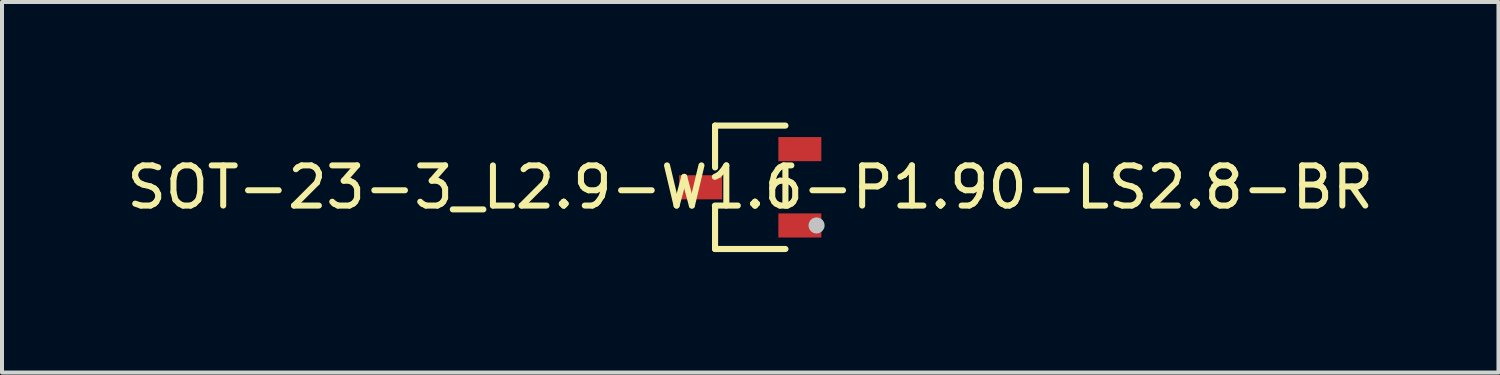
<source format=kicad_pcb>
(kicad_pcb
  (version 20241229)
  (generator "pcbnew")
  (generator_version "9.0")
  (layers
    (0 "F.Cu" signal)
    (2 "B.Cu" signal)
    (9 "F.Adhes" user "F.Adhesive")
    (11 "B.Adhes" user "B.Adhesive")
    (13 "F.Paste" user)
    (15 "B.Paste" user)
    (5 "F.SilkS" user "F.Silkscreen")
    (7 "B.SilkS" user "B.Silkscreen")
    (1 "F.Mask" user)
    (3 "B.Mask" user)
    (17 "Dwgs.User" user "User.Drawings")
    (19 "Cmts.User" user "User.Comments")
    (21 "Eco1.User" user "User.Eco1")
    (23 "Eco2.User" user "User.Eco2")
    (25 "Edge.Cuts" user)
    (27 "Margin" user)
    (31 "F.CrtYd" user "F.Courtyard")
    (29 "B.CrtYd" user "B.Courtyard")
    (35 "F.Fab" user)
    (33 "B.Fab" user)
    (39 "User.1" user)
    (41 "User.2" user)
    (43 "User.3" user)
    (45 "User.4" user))
  (footprint "SOT-23-3_L2.9-W1.6-P1.90-LS2.8-BR"
    (layer "F.Cu")
    (at 15.625 1.612)
    (property "Reference" "SOT-23-3_L2.9-W1.6-P1.90-LS2.8-BR" (at 0 0 0) (unlocked yes) (layer "F.SilkS") (effects (font (size 1 1) (thickness 0.15))))
    (fp_line (start -0.876 -1.536) (end -0.876 -0.494) (stroke (width 0.152) (type default)) (layer "F.SilkS"))
    (fp_line (start -0.876 1.536) (end -0.876 0.494) (stroke (width 0.152) (type default)) (layer "F.SilkS"))
    (fp_line (start 0.876 -1.536) (end -0.876 -1.536) (stroke (width 0.152) (type default)) (layer "F.SilkS"))
    (fp_line (start 0.876 -0.456) (end 0.876 0.456) (stroke (width 0.152) (type default)) (layer "F.SilkS"))
    (fp_line (start 0.876 1.536) (end -0.876 1.536) (stroke (width 0.152) (type default)) (layer "F.SilkS"))
    (fp_circle (center 1.651 0.95) (end 1.751 0.95) (stroke (width 0.2) (type default)) (fill no) (layer "Dwgs.User"))
    (fp_poly (pts (xy -0.96 0.2) (xy -0.96 -0.2) (xy -0.79 -0.2) (xy -0.79 0.2)) (stroke (width 0.1) (type default)) (fill no) (layer "User.1"))
    (fp_poly (pts (xy -0.95 0.2) (xy -0.95 -0.2) (xy -1.4 -0.2) (xy -1.4 0.2)) (stroke (width 0.1) (type default)) (fill no) (layer "User.1"))
    (fp_poly (pts (xy 0.79 -0.75) (xy 0.79 -1.15) (xy 0.96 -1.15) (xy 0.96 -0.75)) (stroke (width 0.1) (type default)) (fill no) (layer "User.1"))
    (fp_poly (pts (xy 0.79 1.15) (xy 0.79 0.75) (xy 0.96 0.75) (xy 0.96 1.15)) (stroke (width 0.1) (type default)) (fill no) (layer "User.1"))
    (fp_poly (pts (xy 0.95 -0.75) (xy 0.95 -1.15) (xy 1.4 -1.15) (xy 1.4 -0.75)) (stroke (width 0.1) (type default)) (fill no) (layer "User.1"))
    (fp_poly (pts (xy 0.95 1.15) (xy 0.95 0.75) (xy 1.4 0.75) (xy 1.4 1.15)) (stroke (width 0.1) (type default)) (fill no) (layer "User.1"))
    (fp_line (start -0.8 -1.46) (end 0.8 -1.46) (stroke (width 0.051) (type default)) (layer "User.2"))
    (fp_line (start -0.8 1.46) (end -0.8 -1.46) (stroke (width 0.051) (type default)) (layer "User.2"))
    (fp_line (start 0.8 -1.46) (end 0.8 1.46) (stroke (width 0.051) (type default)) (layer "User.2"))
    (fp_line (start 0.8 1.46) (end -0.8 1.46) (stroke (width 0.051) (type default)) (layer "User.2"))
    (fp_poly (pts (xy 1.46 1.46) (xy 1.442 1.418) (xy 1.4 1.4) (xy 1.358 1.418) (xy 1.34 1.46) (xy 1.358 1.502) (xy 1.4 1.52) (xy 1.442 1.502)) (stroke (width 0.1) (type default)) (fill no) (layer "User.3"))
    (pad "1" smd rect (at 1.235 0.95) (size 1.07 0.6) (layers "F.Cu" "F.Mask" "F.Paste"))
    (pad "2" smd rect (at 1.235 -0.95) (size 1.07 0.6) (layers "F.Cu" "F.Mask" "F.Paste"))
    (pad "3" smd rect (at -1.235 0) (size 1.07 0.6) (layers "F.Cu" "F.Mask" "F.Paste")))
  (gr_rect
    (start -3 -3)
    (end 34.25 6.224)
    (stroke (width 0.1) (type default))
    (fill no)
    (layer "Edge.Cuts")))
</source>
